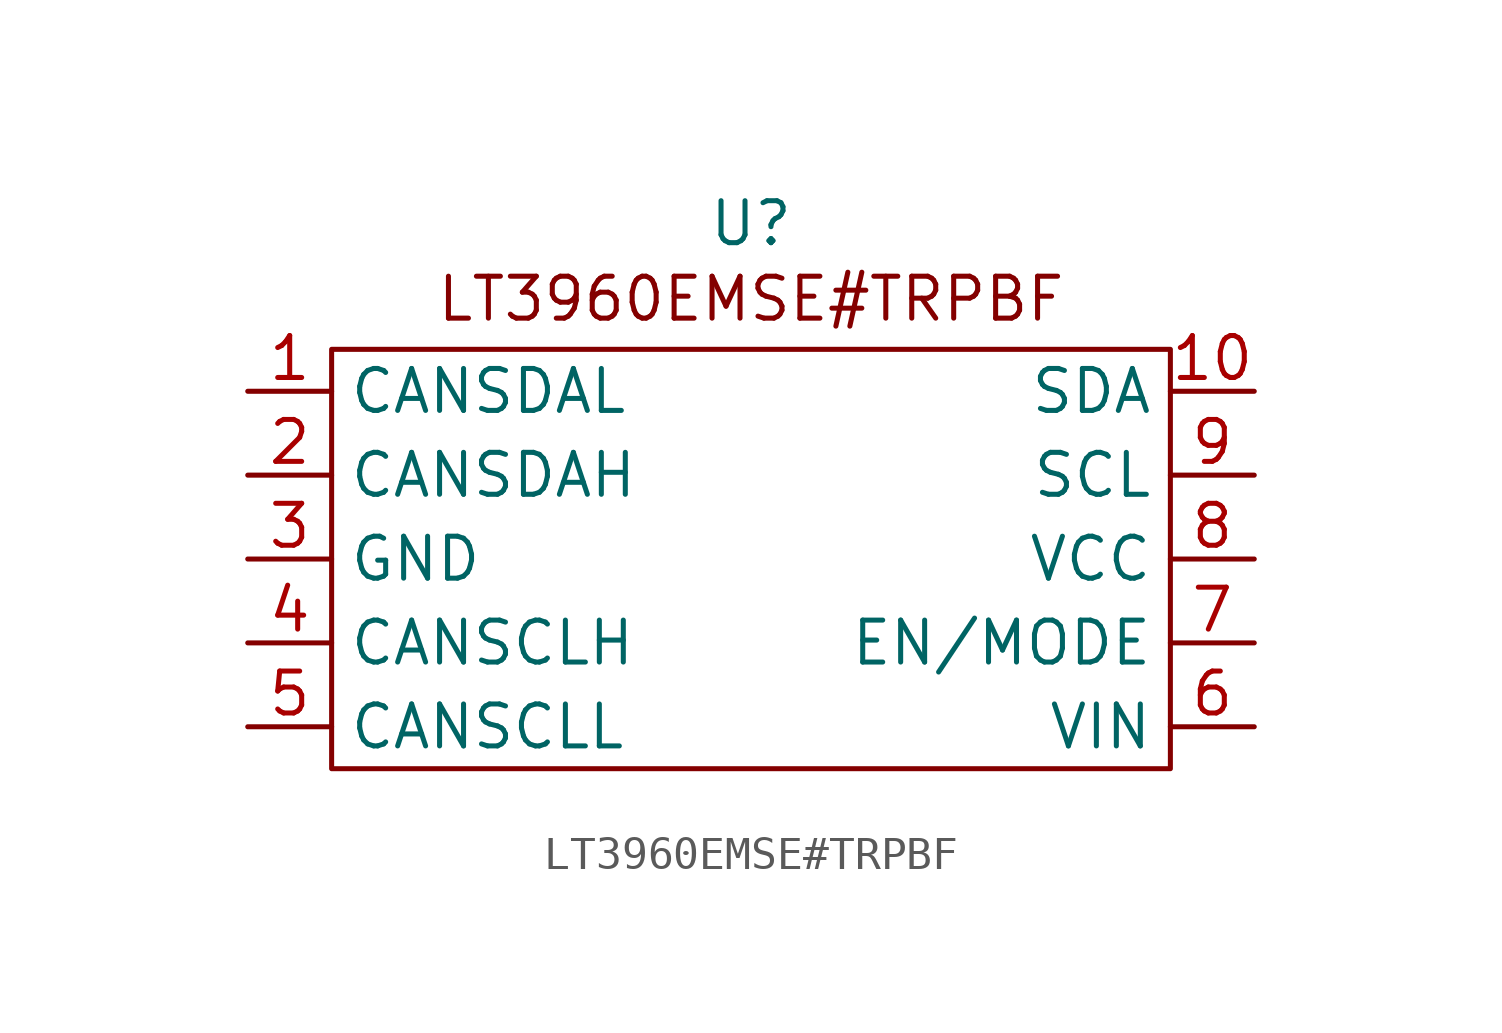
<source format=kicad_sym>
(kicad_symbol_lib
  (version 20231120)
  (generator "kicad_symbol_editor")
  (generator_version "8.0")
  (symbol "LT3960EMSE#TRPBF"
    (property "Reference" "U"
      (at 0 0 0)
      (effects (font (size 1.27 1.27))))
    (property "Value" ""
      (at 0 0 0)
      (effects (font (size 1.27 1.27))))
    (symbol "LT3960EMSE#TRPBF_0_1"
      (rectangle (start -12.7 -3.81) (end 12.7 -16.51) (stroke (width 0) (type default)) (fill (type none))))
    (symbol "LT3960EMSE#TRPBF_1_1"
      (text "LT3960EMSE#TRPBF" (at 0 -2.286 0) (effects (font (size 1.27 1.27))))
      (pin bidirectional line (at -15.24 -5.08 0) (length 2.54) (name "CANSDAL" (effects (font (size 1.27 1.27)))) (number "1" (effects (font (size 1.27 1.27)))))
      (pin bidirectional line (at 15.24 -5.08 180) (length 2.54) (name "SDA" (effects (font (size 1.27 1.27)))) (number "10" (effects (font (size 1.27 1.27)))))
      (pin bidirectional line (at -15.24 -7.62 0) (length 2.54) (name "CANSDAH" (effects (font (size 1.27 1.27)))) (number "2" (effects (font (size 1.27 1.27)))))
      (pin power_in line (at -15.24 -10.16 0) (length 2.54) (name "GND" (effects (font (size 1.27 1.27)))) (number "3" (effects (font (size 1.27 1.27)))))
      (pin bidirectional line (at -15.24 -12.7 0) (length 2.54) (name "CANSCLH" (effects (font (size 1.27 1.27)))) (number "4" (effects (font (size 1.27 1.27)))))
      (pin bidirectional line (at -15.24 -15.24 0) (length 2.54) (name "CANSCLL" (effects (font (size 1.27 1.27)))) (number "5" (effects (font (size 1.27 1.27)))))
      (pin power_in line (at 15.24 -15.24 180) (length 2.54) (name "VIN" (effects (font (size 1.27 1.27)))) (number "6" (effects (font (size 1.27 1.27)))))
      (pin input line (at 15.24 -12.7 180) (length 2.54) (name "EN/MODE" (effects (font (size 1.27 1.27)))) (number "7" (effects (font (size 1.27 1.27)))))
      (pin power_in line (at 15.24 -10.16 180) (length 2.54) (name "VCC" (effects (font (size 1.27 1.27)))) (number "8" (effects (font (size 1.27 1.27)))))
      (pin bidirectional line (at 15.24 -7.62 180) (length 2.54) (name "SCL" (effects (font (size 1.27 1.27)))) (number "9" (effects (font (size 1.27 1.27))))))))
</source>
